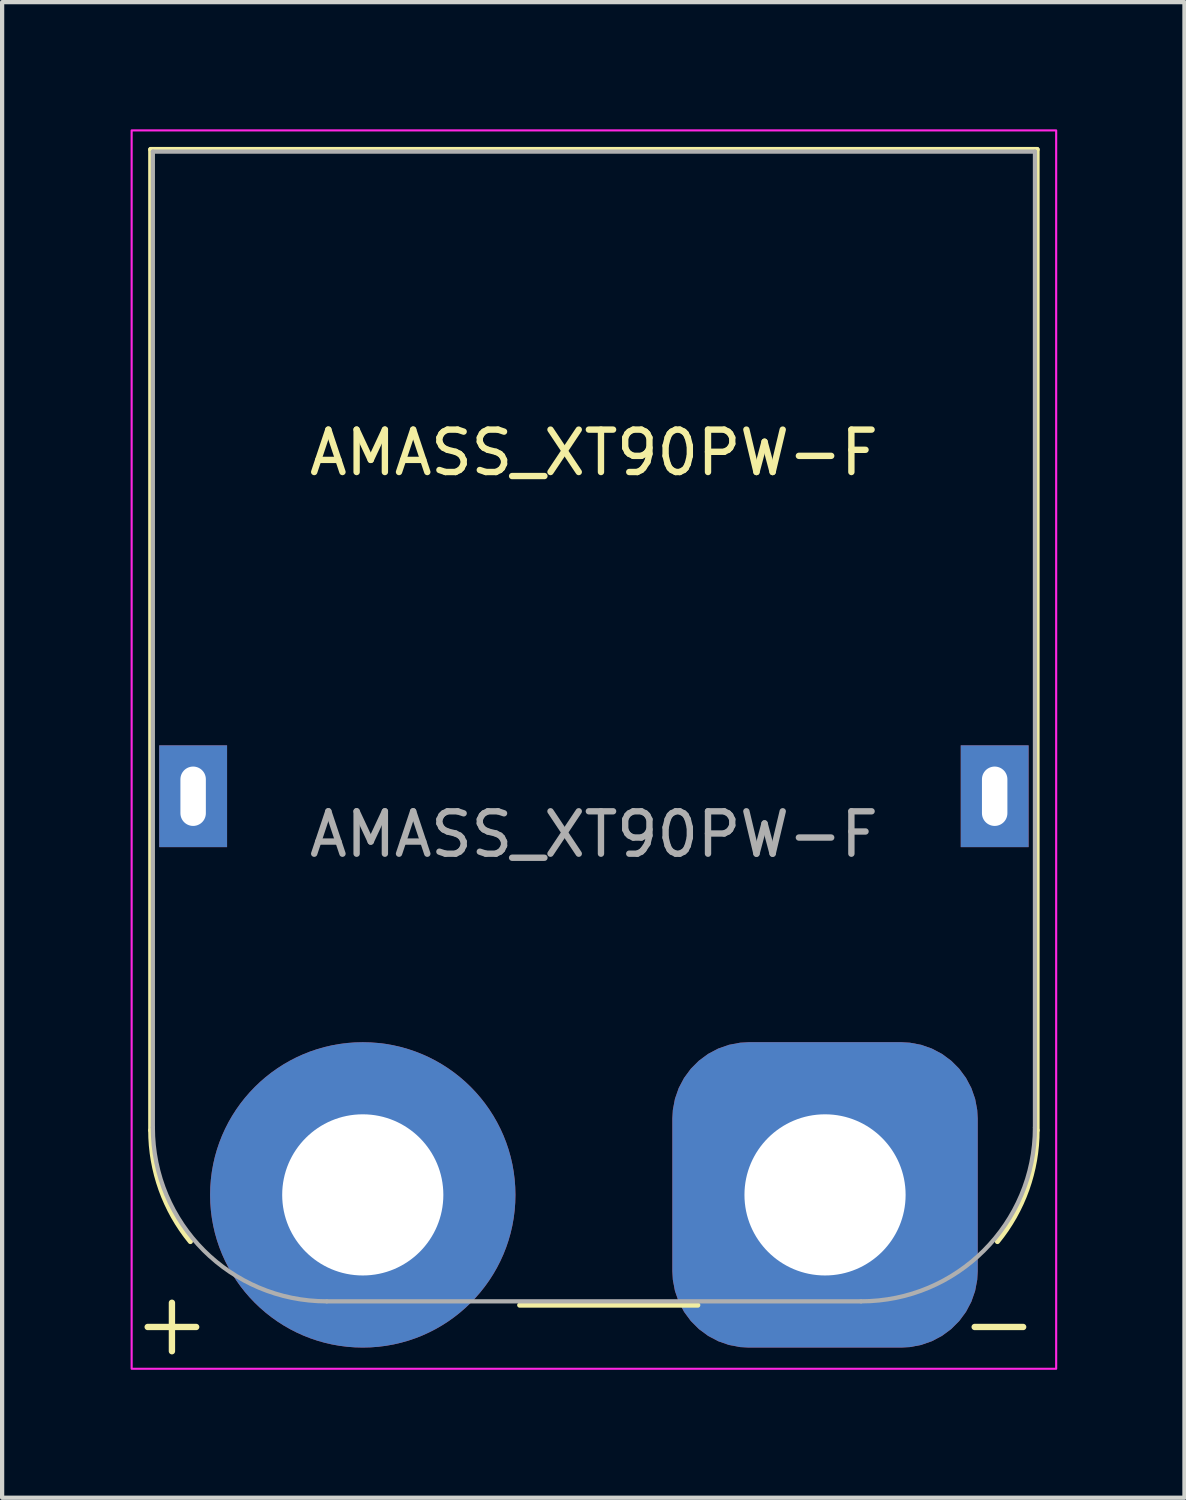
<source format=kicad_pcb>
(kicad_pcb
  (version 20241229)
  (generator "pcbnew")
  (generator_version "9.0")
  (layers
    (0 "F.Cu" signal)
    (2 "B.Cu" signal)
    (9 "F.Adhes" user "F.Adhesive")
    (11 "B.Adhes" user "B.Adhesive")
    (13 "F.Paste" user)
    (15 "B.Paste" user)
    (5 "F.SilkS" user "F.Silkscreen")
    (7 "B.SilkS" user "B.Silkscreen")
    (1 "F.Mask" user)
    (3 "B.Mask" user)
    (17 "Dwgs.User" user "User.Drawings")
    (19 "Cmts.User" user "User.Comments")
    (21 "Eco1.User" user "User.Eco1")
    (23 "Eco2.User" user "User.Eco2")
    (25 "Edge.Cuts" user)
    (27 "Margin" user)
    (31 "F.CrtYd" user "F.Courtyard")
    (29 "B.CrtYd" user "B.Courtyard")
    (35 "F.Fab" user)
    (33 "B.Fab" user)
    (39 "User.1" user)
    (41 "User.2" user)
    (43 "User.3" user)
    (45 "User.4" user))
  (footprint "AMASS_XT90PW-F"
    (layer "F.Cu")
    (at 5.504 25.125)
    (property "Reference" "AMASS_XT90PW-F" (at 5.45 -17.5 0) (layer "F.SilkS") (effects (font (size 1 1) (thickness 0.15))))
    (attr through_hole)
    (fp_line (start -5 -24.65) (end -5 -1.523) (stroke (width 0.12) (type solid)) (layer "F.SilkS"))
    (fp_line (start -5 -24.65) (end 15.9 -24.65) (stroke (width 0.12) (type solid)) (layer "F.SilkS"))
    (fp_line (start 3.7 2.6) (end 7.9 2.6) (stroke (width 0.12) (type solid)) (layer "F.SilkS"))
    (fp_line (start 15.9 -24.65) (end 15.9 -1.523) (stroke (width 0.12) (type solid)) (layer "F.SilkS"))
    (fp_arc (start -4.064641 1.1) (mid -4.759165 -0.130585) (end -5 -1.522958) (stroke (width 0.12) (type solid)) (layer "F.SilkS"))
    (fp_arc (start 15.9 -1.522958) (mid 15.659164 -0.130586) (end 14.964641 1.1) (stroke (width 0.12) (type solid)) (layer "F.SilkS"))
    (fp_rect (start -5.45 -25.1) (end 16.35 4.1) (stroke (width 0.05) (type default)) (fill no) (layer "F.CrtYd"))
    (fp_line (start -4.95 -24.6) (end -4.95 -1.59) (stroke (width 0.1) (type solid)) (layer "F.Fab"))
    (fp_line (start -4.95 -24.6) (end 15.85 -24.6) (stroke (width 0.1) (type solid)) (layer "F.Fab"))
    (fp_line (start -0.85 2.51) (end 11.75 2.51) (stroke (width 0.1) (type solid)) (layer "F.Fab"))
    (fp_line (start 15.85 -24.6) (end 15.85 -1.59) (stroke (width 0.1) (type solid)) (layer "F.Fab"))
    (fp_arc (start -0.85 2.51) (mid -3.749138 1.309138) (end -4.95 -1.59) (stroke (width 0.1) (type solid)) (layer "F.Fab"))
    (fp_arc (start 15.85 -1.59) (mid 14.649138 1.309138) (end 11.75 2.51) (stroke (width 0.1) (type solid)) (layer "F.Fab"))
    (fp_text user "+" (at -4.5 3 0) (layer "F.SilkS") (effects (font (size 1.5 1.5) (thickness 0.15))))
    (fp_text user "-" (at 15 3 0) (layer "F.SilkS") (effects (font (size 1.5 1.5) (thickness 0.15))))
    (fp_text user "${REFERENCE}" (at 5.45 -8.5 0) (layer "F.Fab") (effects (font (size 1 1) (thickness 0.15))))
    (pad "1" thru_hole roundrect (at 10.9 0) (size 7.2 7.2) (drill 3.8) (layers "*.Cu" "*.Mask") (roundrect_rratio 0.25))
    (pad "2" thru_hole circle (at 0 0) (size 7.2 7.2) (drill 3.8) (layers "*.Cu" "*.Mask"))
    (pad "MP" thru_hole rect (at -4 -9.4) (size 1.6 2.4) (drill oval 0.6 1.4) (layers "*.Cu" "*.Mask"))
    (pad "MP" thru_hole rect (at 14.9 -9.4) (size 1.6 2.4) (drill oval 0.6 1.4) (layers "*.Cu" "*.Mask")))
  (gr_rect
    (start -3 -3)
    (end 24.879 32.266)
    (stroke (width 0.1) (type default))
    (fill no)
    (layer "Edge.Cuts")))
</source>
